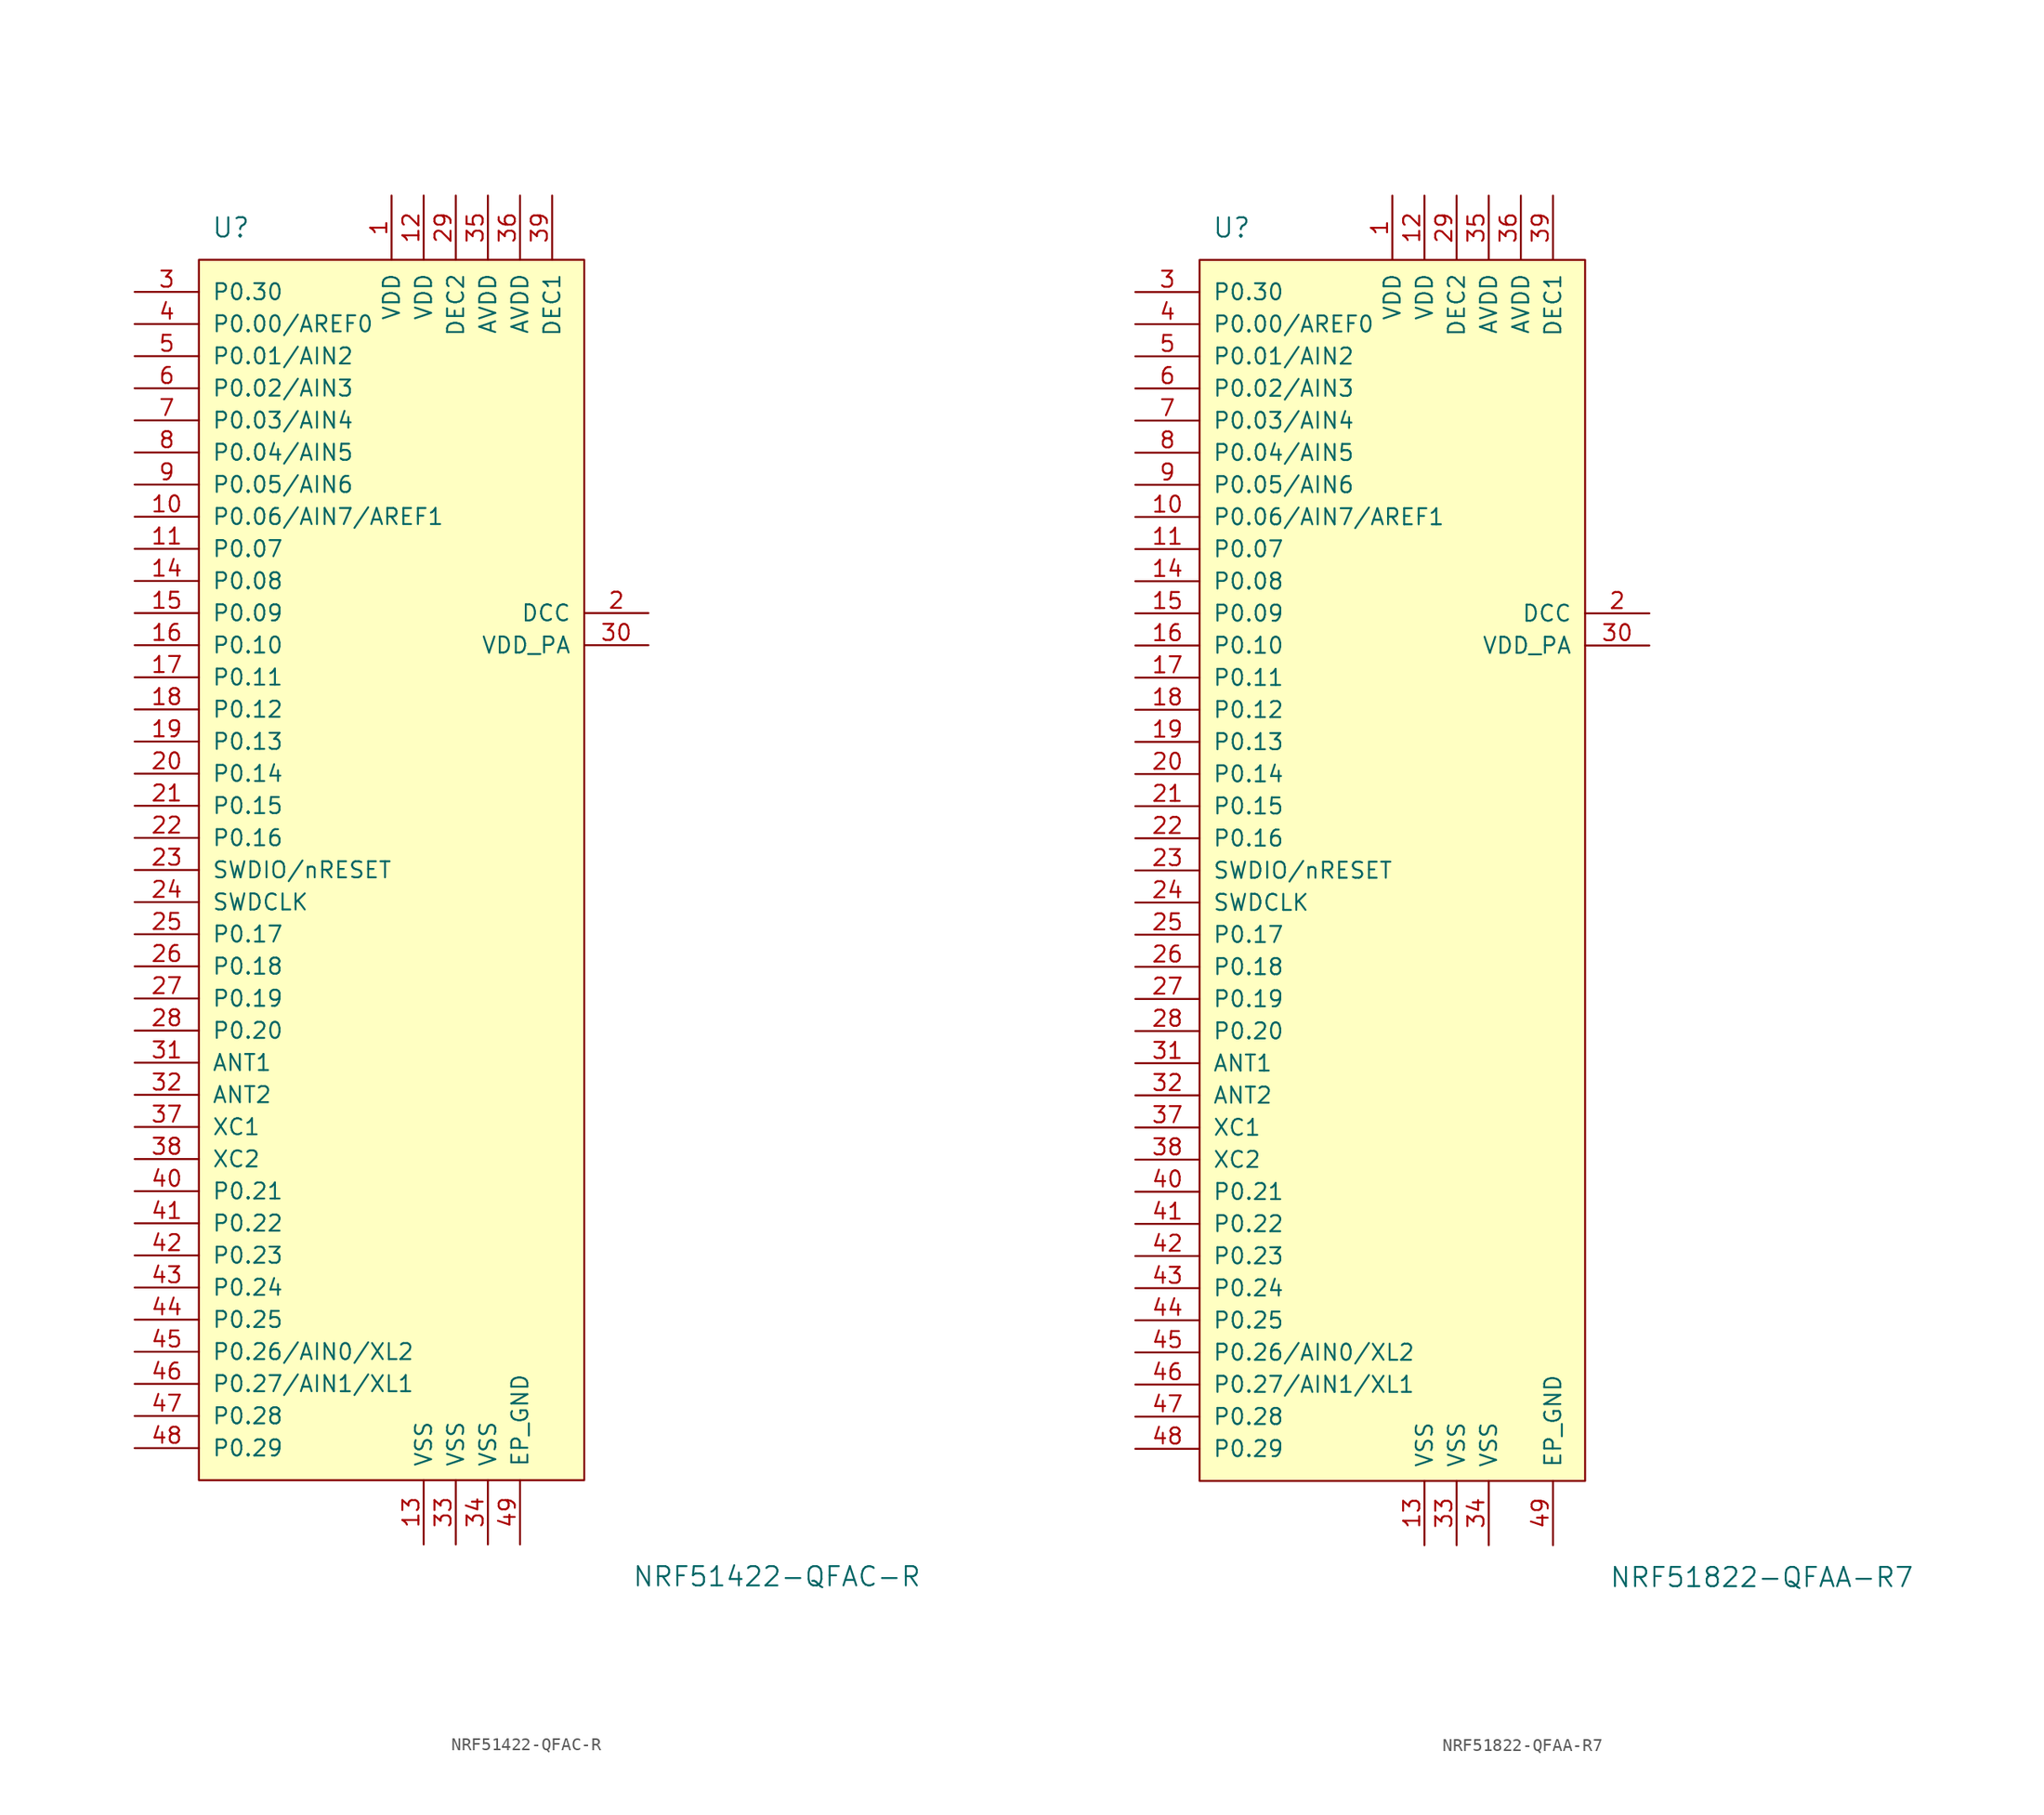
<source format=kicad_sym>
(kicad_symbol_lib
  (version 20231120)
  (generator "kicad_symbol_editor")
  (generator_version "8.0")
  (symbol "NRF51422-QFAC-R"
    (pin_names
      (offset 1.016))
    (property "Reference" "U"
      (at -17.78 45.72 0)
      (effects (font (size 1.524 1.524))))
    (property "Value" "NRF51422-QFAC-R"
      (at 25.4 -60.96 0)
      (effects (font (size 1.524 1.524))))
    (symbol "NRF51422-QFAC-R_0_1"
      (rectangle (start -20.32 43.18) (end 10.16 -53.34) (stroke (width 0) (type default)) (fill (type background))))
    (symbol "NRF51422-QFAC-R_1_1"
      (pin power_in line (at -5.08 48.26 270) (length 5.08) (name "VDD" (effects (font (size 1.27 1.27)))) (number "1" (effects (font (size 1.27 1.27)))))
      (pin bidirectional line (at -25.4 22.86 0) (length 5.08) (name "P0.06/AIN7/AREF1" (effects (font (size 1.27 1.27)))) (number "10" (effects (font (size 1.27 1.27)))))
      (pin bidirectional line (at -25.4 20.32 0) (length 5.08) (name "P0.07" (effects (font (size 1.27 1.27)))) (number "11" (effects (font (size 1.27 1.27)))))
      (pin power_in line (at -2.54 48.26 270) (length 5.08) (name "VDD" (effects (font (size 1.27 1.27)))) (number "12" (effects (font (size 1.27 1.27)))))
      (pin power_in line (at -2.54 -58.42 90) (length 5.08) (name "VSS" (effects (font (size 1.27 1.27)))) (number "13" (effects (font (size 1.27 1.27)))))
      (pin bidirectional line (at -25.4 17.78 0) (length 5.08) (name "P0.08" (effects (font (size 1.27 1.27)))) (number "14" (effects (font (size 1.27 1.27)))))
      (pin bidirectional line (at -25.4 15.24 0) (length 5.08) (name "P0.09" (effects (font (size 1.27 1.27)))) (number "15" (effects (font (size 1.27 1.27)))))
      (pin bidirectional line (at -25.4 12.7 0) (length 5.08) (name "P0.10" (effects (font (size 1.27 1.27)))) (number "16" (effects (font (size 1.27 1.27)))))
      (pin bidirectional line (at -25.4 10.16 0) (length 5.08) (name "P0.11" (effects (font (size 1.27 1.27)))) (number "17" (effects (font (size 1.27 1.27)))))
      (pin bidirectional line (at -25.4 7.62 0) (length 5.08) (name "P0.12" (effects (font (size 1.27 1.27)))) (number "18" (effects (font (size 1.27 1.27)))))
      (pin bidirectional line (at -25.4 5.08 0) (length 5.08) (name "P0.13" (effects (font (size 1.27 1.27)))) (number "19" (effects (font (size 1.27 1.27)))))
      (pin power_out line (at 15.24 15.24 180) (length 5.08) (name "DCC" (effects (font (size 1.27 1.27)))) (number "2" (effects (font (size 1.27 1.27)))))
      (pin bidirectional line (at -25.4 2.54 0) (length 5.08) (name "P0.14" (effects (font (size 1.27 1.27)))) (number "20" (effects (font (size 1.27 1.27)))))
      (pin bidirectional line (at -25.4 0 0) (length 5.08) (name "P0.15" (effects (font (size 1.27 1.27)))) (number "21" (effects (font (size 1.27 1.27)))))
      (pin bidirectional line (at -25.4 -2.54 0) (length 5.08) (name "P0.16" (effects (font (size 1.27 1.27)))) (number "22" (effects (font (size 1.27 1.27)))))
      (pin bidirectional line (at -25.4 -5.08 0) (length 5.08) (name "SWDIO/nRESET" (effects (font (size 1.27 1.27)))) (number "23" (effects (font (size 1.27 1.27)))))
      (pin input line (at -25.4 -7.62 0) (length 5.08) (name "SWDCLK" (effects (font (size 1.27 1.27)))) (number "24" (effects (font (size 1.27 1.27)))))
      (pin bidirectional line (at -25.4 -10.16 0) (length 5.08) (name "P0.17" (effects (font (size 1.27 1.27)))) (number "25" (effects (font (size 1.27 1.27)))))
      (pin bidirectional line (at -25.4 -12.7 0) (length 5.08) (name "P0.18" (effects (font (size 1.27 1.27)))) (number "26" (effects (font (size 1.27 1.27)))))
      (pin bidirectional line (at -25.4 -15.24 0) (length 5.08) (name "P0.19" (effects (font (size 1.27 1.27)))) (number "27" (effects (font (size 1.27 1.27)))))
      (pin bidirectional line (at -25.4 -17.78 0) (length 5.08) (name "P0.20" (effects (font (size 1.27 1.27)))) (number "28" (effects (font (size 1.27 1.27)))))
      (pin power_in line (at 0 48.26 270) (length 5.08) (name "DEC2" (effects (font (size 1.27 1.27)))) (number "29" (effects (font (size 1.27 1.27)))))
      (pin bidirectional line (at -25.4 40.64 0) (length 5.08) (name "P0.30" (effects (font (size 1.27 1.27)))) (number "3" (effects (font (size 1.27 1.27)))))
      (pin power_out line (at 15.24 12.7 180) (length 5.08) (name "VDD_PA" (effects (font (size 1.27 1.27)))) (number "30" (effects (font (size 1.27 1.27)))))
      (pin input line (at -25.4 -20.32 0) (length 5.08) (name "ANT1" (effects (font (size 1.27 1.27)))) (number "31" (effects (font (size 1.27 1.27)))))
      (pin input line (at -25.4 -22.86 0) (length 5.08) (name "ANT2" (effects (font (size 1.27 1.27)))) (number "32" (effects (font (size 1.27 1.27)))))
      (pin power_in line (at 0 -58.42 90) (length 5.08) (name "VSS" (effects (font (size 1.27 1.27)))) (number "33" (effects (font (size 1.27 1.27)))))
      (pin power_in line (at 2.54 -58.42 90) (length 5.08) (name "VSS" (effects (font (size 1.27 1.27)))) (number "34" (effects (font (size 1.27 1.27)))))
      (pin power_in line (at 2.54 48.26 270) (length 5.08) (name "AVDD" (effects (font (size 1.27 1.27)))) (number "35" (effects (font (size 1.27 1.27)))))
      (pin power_in line (at 5.08 48.26 270) (length 5.08) (name "AVDD" (effects (font (size 1.27 1.27)))) (number "36" (effects (font (size 1.27 1.27)))))
      (pin input line (at -25.4 -25.4 0) (length 5.08) (name "XC1" (effects (font (size 1.27 1.27)))) (number "37" (effects (font (size 1.27 1.27)))))
      (pin input line (at -25.4 -27.94 0) (length 5.08) (name "XC2" (effects (font (size 1.27 1.27)))) (number "38" (effects (font (size 1.27 1.27)))))
      (pin power_in line (at 7.62 48.26 270) (length 5.08) (name "DEC1" (effects (font (size 1.27 1.27)))) (number "39" (effects (font (size 1.27 1.27)))))
      (pin bidirectional line (at -25.4 38.1 0) (length 5.08) (name "P0.00/AREF0" (effects (font (size 1.27 1.27)))) (number "4" (effects (font (size 1.27 1.27)))))
      (pin bidirectional line (at -25.4 -30.48 0) (length 5.08) (name "P0.21" (effects (font (size 1.27 1.27)))) (number "40" (effects (font (size 1.27 1.27)))))
      (pin bidirectional line (at -25.4 -33.02 0) (length 5.08) (name "P0.22" (effects (font (size 1.27 1.27)))) (number "41" (effects (font (size 1.27 1.27)))))
      (pin bidirectional line (at -25.4 -35.56 0) (length 5.08) (name "P0.23" (effects (font (size 1.27 1.27)))) (number "42" (effects (font (size 1.27 1.27)))))
      (pin bidirectional line (at -25.4 -38.1 0) (length 5.08) (name "P0.24" (effects (font (size 1.27 1.27)))) (number "43" (effects (font (size 1.27 1.27)))))
      (pin bidirectional line (at -25.4 -40.64 0) (length 5.08) (name "P0.25" (effects (font (size 1.27 1.27)))) (number "44" (effects (font (size 1.27 1.27)))))
      (pin bidirectional line (at -25.4 -43.18 0) (length 5.08) (name "P0.26/AIN0/XL2" (effects (font (size 1.27 1.27)))) (number "45" (effects (font (size 1.27 1.27)))))
      (pin bidirectional line (at -25.4 -45.72 0) (length 5.08) (name "P0.27/AIN1/XL1" (effects (font (size 1.27 1.27)))) (number "46" (effects (font (size 1.27 1.27)))))
      (pin bidirectional line (at -25.4 -48.26 0) (length 5.08) (name "P0.28" (effects (font (size 1.27 1.27)))) (number "47" (effects (font (size 1.27 1.27)))))
      (pin bidirectional line (at -25.4 -50.8 0) (length 5.08) (name "P0.29" (effects (font (size 1.27 1.27)))) (number "48" (effects (font (size 1.27 1.27)))))
      (pin power_in line (at 5.08 -58.42 90) (length 5.08) (name "EP_GND" (effects (font (size 1.27 1.27)))) (number "49" (effects (font (size 1.27 1.27)))))
      (pin bidirectional line (at -25.4 35.56 0) (length 5.08) (name "P0.01/AIN2" (effects (font (size 1.27 1.27)))) (number "5" (effects (font (size 1.27 1.27)))))
      (pin bidirectional line (at -25.4 33.02 0) (length 5.08) (name "P0.02/AIN3" (effects (font (size 1.27 1.27)))) (number "6" (effects (font (size 1.27 1.27)))))
      (pin bidirectional line (at -25.4 30.48 0) (length 5.08) (name "P0.03/AIN4" (effects (font (size 1.27 1.27)))) (number "7" (effects (font (size 1.27 1.27)))))
      (pin bidirectional line (at -25.4 27.94 0) (length 5.08) (name "P0.04/AIN5" (effects (font (size 1.27 1.27)))) (number "8" (effects (font (size 1.27 1.27)))))
      (pin bidirectional line (at -25.4 25.4 0) (length 5.08) (name "P0.05/AIN6" (effects (font (size 1.27 1.27)))) (number "9" (effects (font (size 1.27 1.27)))))))
  (symbol "NRF51822-QFAA-R7"
    (pin_names
      (offset 1.016))
    (property "Reference" "U"
      (at -17.78 45.72 0)
      (effects (font (size 1.524 1.524))))
    (property "Value" "NRF51822-QFAA-R7"
      (at 24.13 -60.96 0)
      (effects (font (size 1.524 1.524))))
    (symbol "NRF51822-QFAA-R7_0_1"
      (rectangle (start -20.32 43.18) (end 10.16 -53.34) (stroke (width 0) (type default)) (fill (type background))))
    (symbol "NRF51822-QFAA-R7_1_1"
      (pin power_in line (at -5.08 48.26 270) (length 5.08) (name "VDD" (effects (font (size 1.27 1.27)))) (number "1" (effects (font (size 1.27 1.27)))))
      (pin bidirectional line (at -25.4 22.86 0) (length 5.08) (name "P0.06/AIN7/AREF1" (effects (font (size 1.27 1.27)))) (number "10" (effects (font (size 1.27 1.27)))))
      (pin bidirectional line (at -25.4 20.32 0) (length 5.08) (name "P0.07" (effects (font (size 1.27 1.27)))) (number "11" (effects (font (size 1.27 1.27)))))
      (pin power_in line (at -2.54 48.26 270) (length 5.08) (name "VDD" (effects (font (size 1.27 1.27)))) (number "12" (effects (font (size 1.27 1.27)))))
      (pin power_in line (at -2.54 -58.42 90) (length 5.08) (name "VSS" (effects (font (size 1.27 1.27)))) (number "13" (effects (font (size 1.27 1.27)))))
      (pin bidirectional line (at -25.4 17.78 0) (length 5.08) (name "P0.08" (effects (font (size 1.27 1.27)))) (number "14" (effects (font (size 1.27 1.27)))))
      (pin bidirectional line (at -25.4 15.24 0) (length 5.08) (name "P0.09" (effects (font (size 1.27 1.27)))) (number "15" (effects (font (size 1.27 1.27)))))
      (pin bidirectional line (at -25.4 12.7 0) (length 5.08) (name "P0.10" (effects (font (size 1.27 1.27)))) (number "16" (effects (font (size 1.27 1.27)))))
      (pin bidirectional line (at -25.4 10.16 0) (length 5.08) (name "P0.11" (effects (font (size 1.27 1.27)))) (number "17" (effects (font (size 1.27 1.27)))))
      (pin bidirectional line (at -25.4 7.62 0) (length 5.08) (name "P0.12" (effects (font (size 1.27 1.27)))) (number "18" (effects (font (size 1.27 1.27)))))
      (pin bidirectional line (at -25.4 5.08 0) (length 5.08) (name "P0.13" (effects (font (size 1.27 1.27)))) (number "19" (effects (font (size 1.27 1.27)))))
      (pin power_out line (at 15.24 15.24 180) (length 5.08) (name "DCC" (effects (font (size 1.27 1.27)))) (number "2" (effects (font (size 1.27 1.27)))))
      (pin bidirectional line (at -25.4 2.54 0) (length 5.08) (name "P0.14" (effects (font (size 1.27 1.27)))) (number "20" (effects (font (size 1.27 1.27)))))
      (pin bidirectional line (at -25.4 0 0) (length 5.08) (name "P0.15" (effects (font (size 1.27 1.27)))) (number "21" (effects (font (size 1.27 1.27)))))
      (pin bidirectional line (at -25.4 -2.54 0) (length 5.08) (name "P0.16" (effects (font (size 1.27 1.27)))) (number "22" (effects (font (size 1.27 1.27)))))
      (pin bidirectional line (at -25.4 -5.08 0) (length 5.08) (name "SWDIO/nRESET" (effects (font (size 1.27 1.27)))) (number "23" (effects (font (size 1.27 1.27)))))
      (pin input line (at -25.4 -7.62 0) (length 5.08) (name "SWDCLK" (effects (font (size 1.27 1.27)))) (number "24" (effects (font (size 1.27 1.27)))))
      (pin bidirectional line (at -25.4 -10.16 0) (length 5.08) (name "P0.17" (effects (font (size 1.27 1.27)))) (number "25" (effects (font (size 1.27 1.27)))))
      (pin bidirectional line (at -25.4 -12.7 0) (length 5.08) (name "P0.18" (effects (font (size 1.27 1.27)))) (number "26" (effects (font (size 1.27 1.27)))))
      (pin bidirectional line (at -25.4 -15.24 0) (length 5.08) (name "P0.19" (effects (font (size 1.27 1.27)))) (number "27" (effects (font (size 1.27 1.27)))))
      (pin bidirectional line (at -25.4 -17.78 0) (length 5.08) (name "P0.20" (effects (font (size 1.27 1.27)))) (number "28" (effects (font (size 1.27 1.27)))))
      (pin power_in line (at 0 48.26 270) (length 5.08) (name "DEC2" (effects (font (size 1.27 1.27)))) (number "29" (effects (font (size 1.27 1.27)))))
      (pin bidirectional line (at -25.4 40.64 0) (length 5.08) (name "P0.30" (effects (font (size 1.27 1.27)))) (number "3" (effects (font (size 1.27 1.27)))))
      (pin power_out line (at 15.24 12.7 180) (length 5.08) (name "VDD_PA" (effects (font (size 1.27 1.27)))) (number "30" (effects (font (size 1.27 1.27)))))
      (pin input line (at -25.4 -20.32 0) (length 5.08) (name "ANT1" (effects (font (size 1.27 1.27)))) (number "31" (effects (font (size 1.27 1.27)))))
      (pin input line (at -25.4 -22.86 0) (length 5.08) (name "ANT2" (effects (font (size 1.27 1.27)))) (number "32" (effects (font (size 1.27 1.27)))))
      (pin power_in line (at 0 -58.42 90) (length 5.08) (name "VSS" (effects (font (size 1.27 1.27)))) (number "33" (effects (font (size 1.27 1.27)))))
      (pin power_in line (at 2.54 -58.42 90) (length 5.08) (name "VSS" (effects (font (size 1.27 1.27)))) (number "34" (effects (font (size 1.27 1.27)))))
      (pin power_in line (at 2.54 48.26 270) (length 5.08) (name "AVDD" (effects (font (size 1.27 1.27)))) (number "35" (effects (font (size 1.27 1.27)))))
      (pin power_in line (at 5.08 48.26 270) (length 5.08) (name "AVDD" (effects (font (size 1.27 1.27)))) (number "36" (effects (font (size 1.27 1.27)))))
      (pin input line (at -25.4 -25.4 0) (length 5.08) (name "XC1" (effects (font (size 1.27 1.27)))) (number "37" (effects (font (size 1.27 1.27)))))
      (pin input line (at -25.4 -27.94 0) (length 5.08) (name "XC2" (effects (font (size 1.27 1.27)))) (number "38" (effects (font (size 1.27 1.27)))))
      (pin power_in line (at 7.62 48.26 270) (length 5.08) (name "DEC1" (effects (font (size 1.27 1.27)))) (number "39" (effects (font (size 1.27 1.27)))))
      (pin bidirectional line (at -25.4 38.1 0) (length 5.08) (name "P0.00/AREF0" (effects (font (size 1.27 1.27)))) (number "4" (effects (font (size 1.27 1.27)))))
      (pin bidirectional line (at -25.4 -30.48 0) (length 5.08) (name "P0.21" (effects (font (size 1.27 1.27)))) (number "40" (effects (font (size 1.27 1.27)))))
      (pin bidirectional line (at -25.4 -33.02 0) (length 5.08) (name "P0.22" (effects (font (size 1.27 1.27)))) (number "41" (effects (font (size 1.27 1.27)))))
      (pin bidirectional line (at -25.4 -35.56 0) (length 5.08) (name "P0.23" (effects (font (size 1.27 1.27)))) (number "42" (effects (font (size 1.27 1.27)))))
      (pin bidirectional line (at -25.4 -38.1 0) (length 5.08) (name "P0.24" (effects (font (size 1.27 1.27)))) (number "43" (effects (font (size 1.27 1.27)))))
      (pin bidirectional line (at -25.4 -40.64 0) (length 5.08) (name "P0.25" (effects (font (size 1.27 1.27)))) (number "44" (effects (font (size 1.27 1.27)))))
      (pin bidirectional line (at -25.4 -43.18 0) (length 5.08) (name "P0.26/AIN0/XL2" (effects (font (size 1.27 1.27)))) (number "45" (effects (font (size 1.27 1.27)))))
      (pin bidirectional line (at -25.4 -45.72 0) (length 5.08) (name "P0.27/AIN1/XL1" (effects (font (size 1.27 1.27)))) (number "46" (effects (font (size 1.27 1.27)))))
      (pin bidirectional line (at -25.4 -48.26 0) (length 5.08) (name "P0.28" (effects (font (size 1.27 1.27)))) (number "47" (effects (font (size 1.27 1.27)))))
      (pin bidirectional line (at -25.4 -50.8 0) (length 5.08) (name "P0.29" (effects (font (size 1.27 1.27)))) (number "48" (effects (font (size 1.27 1.27)))))
      (pin power_in line (at 7.62 -58.42 90) (length 5.08) (name "EP_GND" (effects (font (size 1.27 1.27)))) (number "49" (effects (font (size 1.27 1.27)))))
      (pin bidirectional line (at -25.4 35.56 0) (length 5.08) (name "P0.01/AIN2" (effects (font (size 1.27 1.27)))) (number "5" (effects (font (size 1.27 1.27)))))
      (pin bidirectional line (at -25.4 33.02 0) (length 5.08) (name "P0.02/AIN3" (effects (font (size 1.27 1.27)))) (number "6" (effects (font (size 1.27 1.27)))))
      (pin bidirectional line (at -25.4 30.48 0) (length 5.08) (name "P0.03/AIN4" (effects (font (size 1.27 1.27)))) (number "7" (effects (font (size 1.27 1.27)))))
      (pin bidirectional line (at -25.4 27.94 0) (length 5.08) (name "P0.04/AIN5" (effects (font (size 1.27 1.27)))) (number "8" (effects (font (size 1.27 1.27)))))
      (pin bidirectional line (at -25.4 25.4 0) (length 5.08) (name "P0.05/AIN6" (effects (font (size 1.27 1.27)))) (number "9" (effects (font (size 1.27 1.27))))))))
</source>
